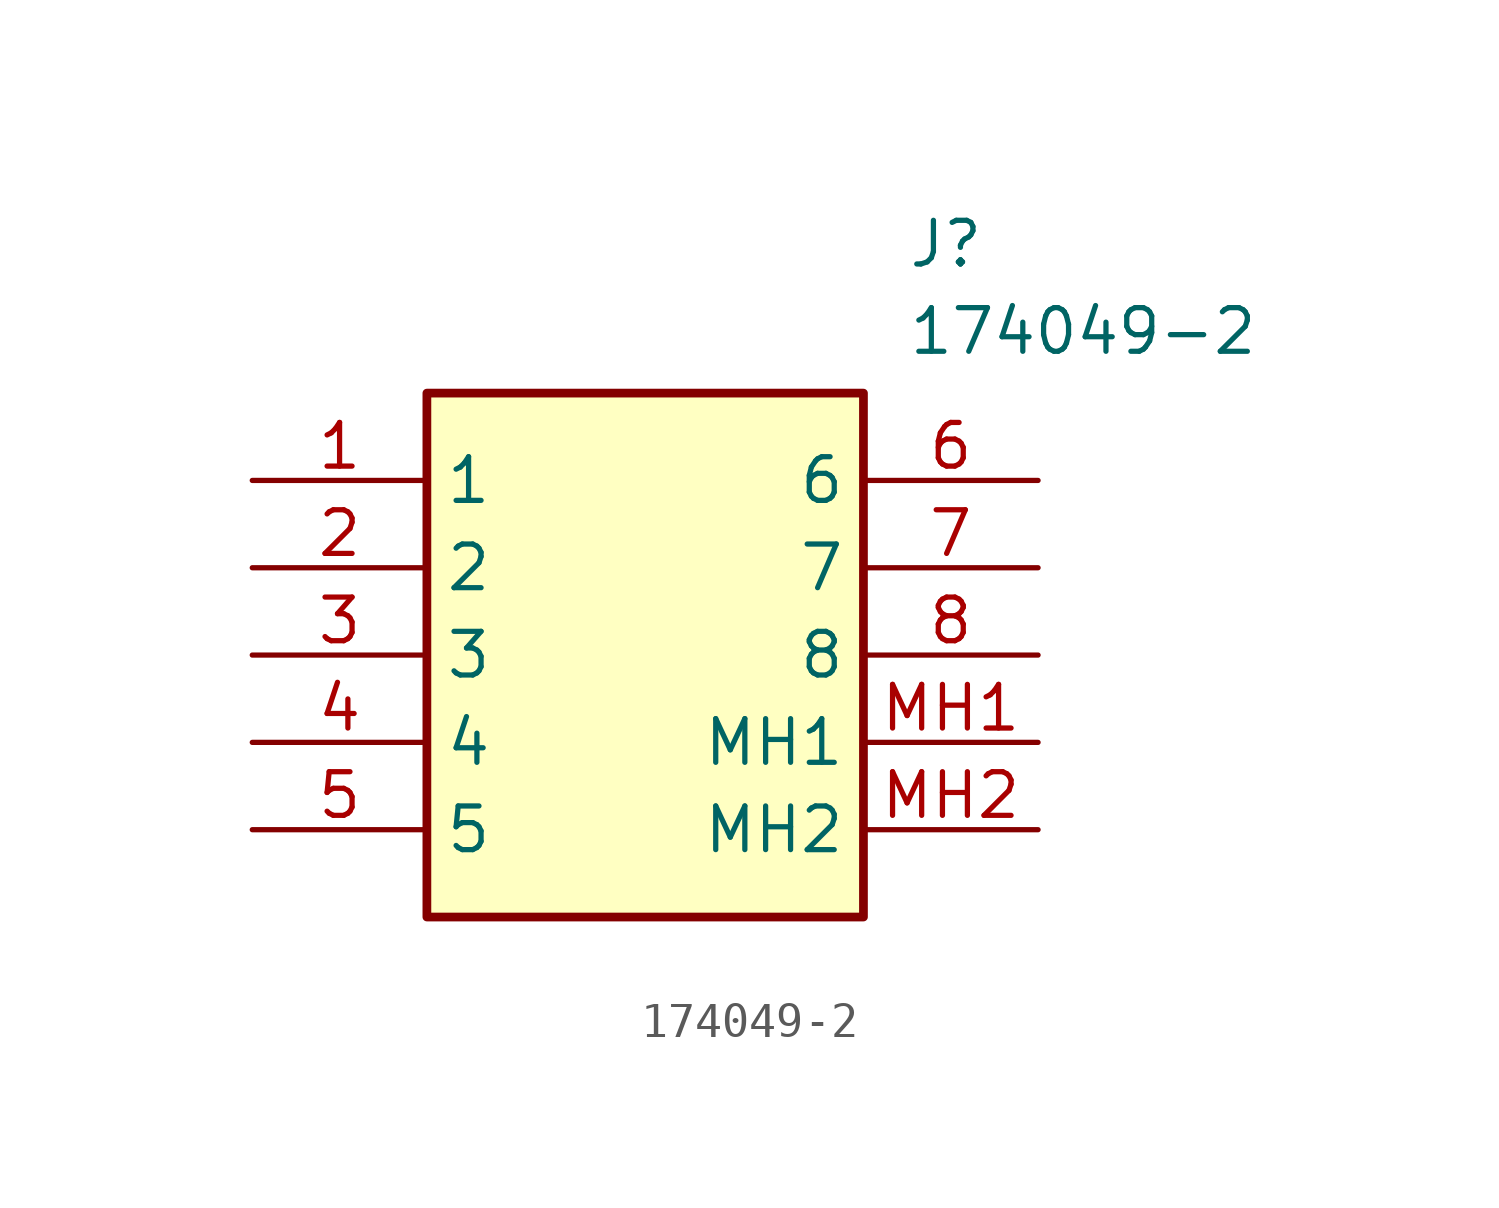
<source format=kicad_sym>
(kicad_symbol_lib
  (version 20211014)
  (generator SamacSys_ECAD_Model)
  (symbol "174049-2"
    (property "Reference" "J"
      (at 19.05 7.62 0)
      (effects (font (size 1.27 1.27)) (justify left top)))
    (property "Value" "174049-2"
      (at 19.05 5.08 0)
      (effects (font (size 1.27 1.27)) (justify left top)))
    (rectangle
      (start 5.08 2.54)
      (end 17.78 -12.7)
      (stroke (width 0.254) (type default))
      (fill (type background)))
    (pin passive line
      (at 0 0 0)
      (length 5.08)
      (name "1" (effects (font (size 1.27 1.27))))
      (number "1" (effects (font (size 1.27 1.27)))))
    (pin passive line
      (at 0 -2.54 0)
      (length 5.08)
      (name "2" (effects (font (size 1.27 1.27))))
      (number "2" (effects (font (size 1.27 1.27)))))
    (pin passive line
      (at 0 -5.08 0)
      (length 5.08)
      (name "3" (effects (font (size 1.27 1.27))))
      (number "3" (effects (font (size 1.27 1.27)))))
    (pin passive line
      (at 0 -7.62 0)
      (length 5.08)
      (name "4" (effects (font (size 1.27 1.27))))
      (number "4" (effects (font (size 1.27 1.27)))))
    (pin passive line
      (at 0 -10.16 0)
      (length 5.08)
      (name "5" (effects (font (size 1.27 1.27))))
      (number "5" (effects (font (size 1.27 1.27)))))
    (pin passive line
      (at 22.86 0 180)
      (length 5.08)
      (name "6" (effects (font (size 1.27 1.27))))
      (number "6" (effects (font (size 1.27 1.27)))))
    (pin passive line
      (at 22.86 -2.54 180)
      (length 5.08)
      (name "7" (effects (font (size 1.27 1.27))))
      (number "7" (effects (font (size 1.27 1.27)))))
    (pin passive line
      (at 22.86 -5.08 180)
      (length 5.08)
      (name "8" (effects (font (size 1.27 1.27))))
      (number "8" (effects (font (size 1.27 1.27)))))
    (pin passive line
      (at 22.86 -7.62 180)
      (length 5.08)
      (name "MH1" (effects (font (size 1.27 1.27))))
      (number "MH1" (effects (font (size 1.27 1.27)))))
    (pin passive line
      (at 22.86 -10.16 180)
      (length 5.08)
      (name "MH2" (effects (font (size 1.27 1.27))))
      (number "MH2" (effects (font (size 1.27 1.27)))))))
</source>
